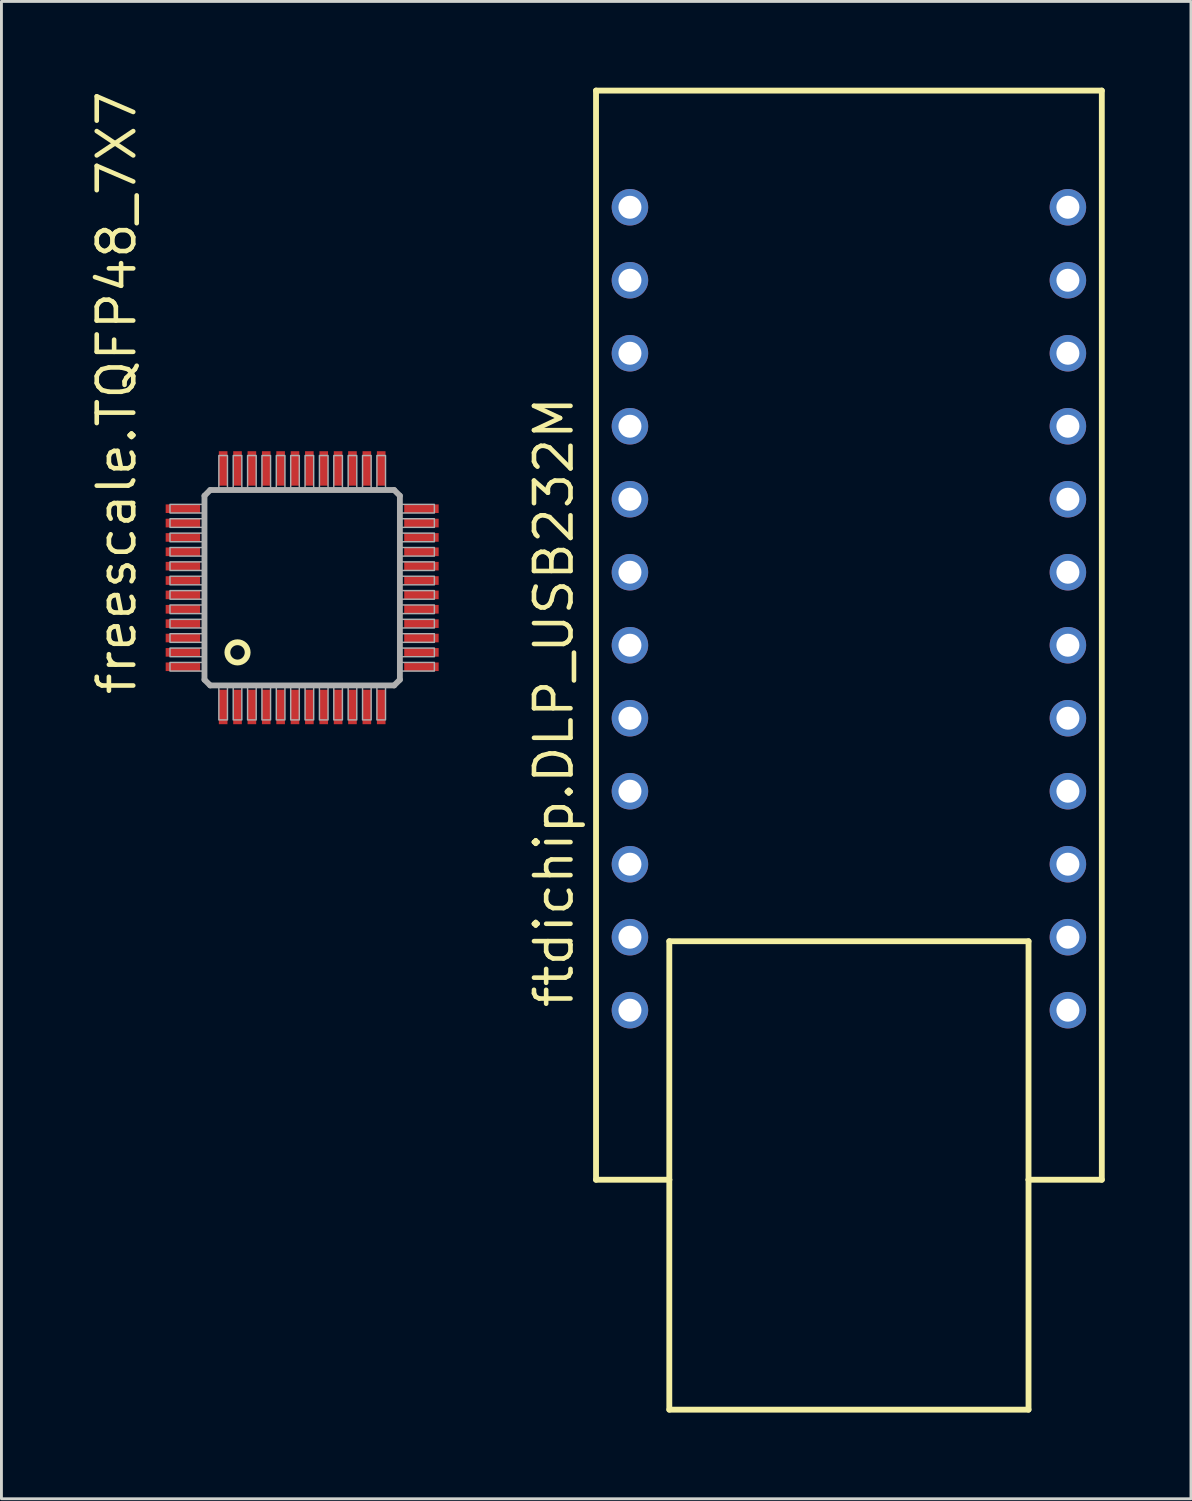
<source format=kicad_pcb>
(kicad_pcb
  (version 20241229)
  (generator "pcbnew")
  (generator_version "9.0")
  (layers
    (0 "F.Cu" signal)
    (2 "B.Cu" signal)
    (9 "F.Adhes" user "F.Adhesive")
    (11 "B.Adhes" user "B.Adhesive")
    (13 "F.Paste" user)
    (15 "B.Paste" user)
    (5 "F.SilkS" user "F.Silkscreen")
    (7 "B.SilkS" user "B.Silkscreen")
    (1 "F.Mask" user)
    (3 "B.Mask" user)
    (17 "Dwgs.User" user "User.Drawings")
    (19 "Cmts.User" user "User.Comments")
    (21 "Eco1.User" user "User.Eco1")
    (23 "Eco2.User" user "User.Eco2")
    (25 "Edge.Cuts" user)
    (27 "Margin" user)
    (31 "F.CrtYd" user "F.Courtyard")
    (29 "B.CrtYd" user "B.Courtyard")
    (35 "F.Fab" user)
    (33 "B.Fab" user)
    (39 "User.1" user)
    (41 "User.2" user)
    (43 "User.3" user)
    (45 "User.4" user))
  (footprint "ftdichip.DLP_USB232M"
    (layer "F.Cu")
    (at 26.49 32.102)
    (property "Reference" "ftdichip.DLP_USB232M" (at -9.525 0 90) (layer "F.SilkS") (effects (font (size 1.27 1.27) (thickness 0.16)) (justify left bottom)))
    (attr through_hole)
    (fp_line (start -8.8 -32) (end -8.8 5.9) (stroke (width 0.203) (type default)) (layer "F.SilkS"))
    (fp_line (start -8.8 5.9) (end -6.25 5.9) (stroke (width 0.203) (type default)) (layer "F.SilkS"))
    (fp_line (start -6.25 -2.4) (end -6.25 5.9) (stroke (width 0.203) (type default)) (layer "F.SilkS"))
    (fp_line (start -6.25 5.9) (end -6.25 13.9) (stroke (width 0.203) (type default)) (layer "F.SilkS"))
    (fp_line (start -6.25 13.9) (end 6.25 13.9) (stroke (width 0.203) (type default)) (layer "F.SilkS"))
    (fp_line (start 6.25 -2.4) (end -6.25 -2.4) (stroke (width 0.203) (type default)) (layer "F.SilkS"))
    (fp_line (start 6.25 5.9) (end 6.25 -2.4) (stroke (width 0.203) (type default)) (layer "F.SilkS"))
    (fp_line (start 6.25 5.9) (end 8.8 5.9) (stroke (width 0.203) (type default)) (layer "F.SilkS"))
    (fp_line (start 6.25 13.9) (end 6.25 5.9) (stroke (width 0.203) (type default)) (layer "F.SilkS"))
    (fp_line (start 8.8 -32) (end -8.8 -32) (stroke (width 0.203) (type default)) (layer "F.SilkS"))
    (fp_line (start 8.8 5.9) (end 8.8 -32) (stroke (width 0.203) (type default)) (layer "F.SilkS"))
    (pad "1" thru_hole circle (at -7.62 -27.94) (size 1.27 1.27) (drill 0.8) (layers "*.Cu" "*.Mask"))
    (pad "2" thru_hole circle (at -7.62 -25.4) (size 1.27 1.27) (drill 0.8) (layers "*.Cu" "*.Mask"))
    (pad "3" thru_hole circle (at -7.62 -22.86) (size 1.27 1.27) (drill 0.8) (layers "*.Cu" "*.Mask"))
    (pad "4" thru_hole circle (at -7.62 -20.32) (size 1.27 1.27) (drill 0.8) (layers "*.Cu" "*.Mask"))
    (pad "5" thru_hole circle (at -7.62 -17.78) (size 1.27 1.27) (drill 0.8) (layers "*.Cu" "*.Mask"))
    (pad "6" thru_hole circle (at -7.62 -15.24) (size 1.27 1.27) (drill 0.8) (layers "*.Cu" "*.Mask"))
    (pad "7" thru_hole circle (at -7.62 -12.7) (size 1.27 1.27) (drill 0.8) (layers "*.Cu" "*.Mask"))
    (pad "8" thru_hole circle (at -7.62 -10.16) (size 1.27 1.27) (drill 0.8) (layers "*.Cu" "*.Mask"))
    (pad "9" thru_hole circle (at -7.62 -7.62) (size 1.27 1.27) (drill 0.8) (layers "*.Cu" "*.Mask"))
    (pad "10" thru_hole circle (at -7.62 -5.08) (size 1.27 1.27) (drill 0.8) (layers "*.Cu" "*.Mask"))
    (pad "11" thru_hole circle (at -7.62 -2.54) (size 1.27 1.27) (drill 0.8) (layers "*.Cu" "*.Mask"))
    (pad "12" thru_hole circle (at -7.62 0) (size 1.27 1.27) (drill 0.8) (layers "*.Cu" "*.Mask"))
    (pad "13" thru_hole circle (at 7.62 0) (size 1.27 1.27) (drill 0.8) (layers "*.Cu" "*.Mask"))
    (pad "14" thru_hole circle (at 7.62 -2.54) (size 1.27 1.27) (drill 0.8) (layers "*.Cu" "*.Mask"))
    (pad "15" thru_hole circle (at 7.62 -5.08 180) (size 1.27 1.27) (drill 0.8) (layers "*.Cu" "*.Mask"))
    (pad "16" thru_hole circle (at 7.62 -7.62 180) (size 1.27 1.27) (drill 0.8) (layers "*.Cu" "*.Mask"))
    (pad "17" thru_hole circle (at 7.62 -10.16 180) (size 1.27 1.27) (drill 0.8) (layers "*.Cu" "*.Mask"))
    (pad "18" thru_hole circle (at 7.62 -12.7 180) (size 1.27 1.27) (drill 0.8) (layers "*.Cu" "*.Mask"))
    (pad "19" thru_hole circle (at 7.62 -15.24 180) (size 1.27 1.27) (drill 0.8) (layers "*.Cu" "*.Mask"))
    (pad "20" thru_hole circle (at 7.62 -17.78 180) (size 1.27 1.27) (drill 0.8) (layers "*.Cu" "*.Mask"))
    (pad "21" thru_hole circle (at 7.62 -20.32 180) (size 1.27 1.27) (drill 0.8) (layers "*.Cu" "*.Mask"))
    (pad "22" thru_hole circle (at 7.62 -22.86 180) (size 1.27 1.27) (drill 0.8) (layers "*.Cu" "*.Mask"))
    (pad "23" thru_hole circle (at 7.62 -25.4 180) (size 1.27 1.27) (drill 0.8) (layers "*.Cu" "*.Mask"))
    (pad "24" thru_hole circle (at 7.62 -27.94 180) (size 1.27 1.27) (drill 0.8) (layers "*.Cu" "*.Mask")))
  (footprint "freescale.TQFP48_7X7"
    (layer "F.Cu")
    (at 7.465 17.401)
    (property "Reference" "freescale.TQFP48_7X7" (at -5.715 3.81 90) (layer "F.SilkS") (effects (font (size 1.27 1.27) (thickness 0.16)) (justify left bottom)))
    (attr smd)
    (fp_circle (center -2.25 2.25) (end -1.897 2.25) (stroke (width 0.203) (type default)) (fill no) (layer "F.SilkS"))
    (fp_line (start -3.4 -3.2) (end -3.4 3.2) (stroke (width 0.203) (type default)) (layer "F.Fab"))
    (fp_line (start -3.4 3.2) (end -3.2 3.4) (stroke (width 0.203) (type default)) (layer "F.Fab"))
    (fp_line (start -3.2 -3.4) (end -3.4 -3.2) (stroke (width 0.203) (type default)) (layer "F.Fab"))
    (fp_line (start -3.2 3.4) (end 3.2 3.4) (stroke (width 0.203) (type default)) (layer "F.Fab"))
    (fp_line (start 3.2 -3.4) (end -3.2 -3.4) (stroke (width 0.203) (type default)) (layer "F.Fab"))
    (fp_line (start 3.2 3.4) (end 3.4 3.2) (stroke (width 0.203) (type default)) (layer "F.Fab"))
    (fp_line (start 3.4 -3.2) (end 3.2 -3.4) (stroke (width 0.203) (type default)) (layer "F.Fab"))
    (fp_line (start 3.4 3.2) (end 3.4 -3.2) (stroke (width 0.203) (type default)) (layer "F.Fab"))
    (fp_rect (start -4.6 -2.6) (end -3.45 -2.9) (stroke (width 0.05) (type default)) (fill no) (layer "F.Fab"))
    (fp_rect (start -4.6 -2.1) (end -3.45 -2.4) (stroke (width 0.05) (type default)) (fill no) (layer "F.Fab"))
    (fp_rect (start -4.6 -1.6) (end -3.45 -1.9) (stroke (width 0.05) (type default)) (fill no) (layer "F.Fab"))
    (fp_rect (start -4.6 -1.1) (end -3.45 -1.4) (stroke (width 0.05) (type default)) (fill no) (layer "F.Fab"))
    (fp_rect (start -4.6 -0.6) (end -3.45 -0.9) (stroke (width 0.05) (type default)) (fill no) (layer "F.Fab"))
    (fp_rect (start -4.6 -0.1) (end -3.45 -0.4) (stroke (width 0.05) (type default)) (fill no) (layer "F.Fab"))
    (fp_rect (start -4.6 0.4) (end -3.45 0.1) (stroke (width 0.05) (type default)) (fill no) (layer "F.Fab"))
    (fp_rect (start -4.6 0.9) (end -3.45 0.6) (stroke (width 0.05) (type default)) (fill no) (layer "F.Fab"))
    (fp_rect (start -4.6 1.4) (end -3.45 1.1) (stroke (width 0.05) (type default)) (fill no) (layer "F.Fab"))
    (fp_rect (start -4.6 1.9) (end -3.45 1.6) (stroke (width 0.05) (type default)) (fill no) (layer "F.Fab"))
    (fp_rect (start -4.6 2.4) (end -3.45 2.1) (stroke (width 0.05) (type default)) (fill no) (layer "F.Fab"))
    (fp_rect (start -4.6 2.9) (end -3.45 2.6) (stroke (width 0.05) (type default)) (fill no) (layer "F.Fab"))
    (fp_rect (start -2.9 -3.45) (end -2.6 -4.6) (stroke (width 0.05) (type default)) (fill no) (layer "F.Fab"))
    (fp_rect (start -2.9 4.6) (end -2.6 3.45) (stroke (width 0.05) (type default)) (fill no) (layer "F.Fab"))
    (fp_rect (start -2.4 -3.45) (end -2.1 -4.6) (stroke (width 0.05) (type default)) (fill no) (layer "F.Fab"))
    (fp_rect (start -2.4 4.6) (end -2.1 3.45) (stroke (width 0.05) (type default)) (fill no) (layer "F.Fab"))
    (fp_rect (start -1.9 -3.45) (end -1.6 -4.6) (stroke (width 0.05) (type default)) (fill no) (layer "F.Fab"))
    (fp_rect (start -1.9 4.6) (end -1.6 3.45) (stroke (width 0.05) (type default)) (fill no) (layer "F.Fab"))
    (fp_rect (start -1.4 -3.45) (end -1.1 -4.6) (stroke (width 0.05) (type default)) (fill no) (layer "F.Fab"))
    (fp_rect (start -1.4 4.6) (end -1.1 3.45) (stroke (width 0.05) (type default)) (fill no) (layer "F.Fab"))
    (fp_rect (start -0.9 -3.45) (end -0.6 -4.6) (stroke (width 0.05) (type default)) (fill no) (layer "F.Fab"))
    (fp_rect (start -0.9 4.6) (end -0.6 3.45) (stroke (width 0.05) (type default)) (fill no) (layer "F.Fab"))
    (fp_rect (start -0.4 -3.45) (end -0.1 -4.6) (stroke (width 0.05) (type default)) (fill no) (layer "F.Fab"))
    (fp_rect (start -0.4 4.6) (end -0.1 3.45) (stroke (width 0.05) (type default)) (fill no) (layer "F.Fab"))
    (fp_rect (start 0.1 -3.45) (end 0.4 -4.6) (stroke (width 0.05) (type default)) (fill no) (layer "F.Fab"))
    (fp_rect (start 0.1 4.6) (end 0.4 3.45) (stroke (width 0.05) (type default)) (fill no) (layer "F.Fab"))
    (fp_rect (start 0.6 -3.45) (end 0.9 -4.6) (stroke (width 0.05) (type default)) (fill no) (layer "F.Fab"))
    (fp_rect (start 0.6 4.6) (end 0.9 3.45) (stroke (width 0.05) (type default)) (fill no) (layer "F.Fab"))
    (fp_rect (start 1.1 -3.45) (end 1.4 -4.6) (stroke (width 0.05) (type default)) (fill no) (layer "F.Fab"))
    (fp_rect (start 1.1 4.6) (end 1.4 3.45) (stroke (width 0.05) (type default)) (fill no) (layer "F.Fab"))
    (fp_rect (start 1.6 -3.45) (end 1.9 -4.6) (stroke (width 0.05) (type default)) (fill no) (layer "F.Fab"))
    (fp_rect (start 1.6 4.6) (end 1.9 3.45) (stroke (width 0.05) (type default)) (fill no) (layer "F.Fab"))
    (fp_rect (start 2.1 -3.45) (end 2.4 -4.6) (stroke (width 0.05) (type default)) (fill no) (layer "F.Fab"))
    (fp_rect (start 2.1 4.6) (end 2.4 3.45) (stroke (width 0.05) (type default)) (fill no) (layer "F.Fab"))
    (fp_rect (start 2.6 -3.45) (end 2.9 -4.6) (stroke (width 0.05) (type default)) (fill no) (layer "F.Fab"))
    (fp_rect (start 2.6 4.6) (end 2.9 3.45) (stroke (width 0.05) (type default)) (fill no) (layer "F.Fab"))
    (fp_rect (start 3.45 -2.6) (end 4.6 -2.9) (stroke (width 0.05) (type default)) (fill no) (layer "F.Fab"))
    (fp_rect (start 3.45 -2.1) (end 4.6 -2.4) (stroke (width 0.05) (type default)) (fill no) (layer "F.Fab"))
    (fp_rect (start 3.45 -1.6) (end 4.6 -1.9) (stroke (width 0.05) (type default)) (fill no) (layer "F.Fab"))
    (fp_rect (start 3.45 -1.1) (end 4.6 -1.4) (stroke (width 0.05) (type default)) (fill no) (layer "F.Fab"))
    (fp_rect (start 3.45 -0.6) (end 4.6 -0.9) (stroke (width 0.05) (type default)) (fill no) (layer "F.Fab"))
    (fp_rect (start 3.45 -0.1) (end 4.6 -0.4) (stroke (width 0.05) (type default)) (fill no) (layer "F.Fab"))
    (fp_rect (start 3.45 0.4) (end 4.6 0.1) (stroke (width 0.05) (type default)) (fill no) (layer "F.Fab"))
    (fp_rect (start 3.45 0.9) (end 4.6 0.6) (stroke (width 0.05) (type default)) (fill no) (layer "F.Fab"))
    (fp_rect (start 3.45 1.4) (end 4.6 1.1) (stroke (width 0.05) (type default)) (fill no) (layer "F.Fab"))
    (fp_rect (start 3.45 1.9) (end 4.6 1.6) (stroke (width 0.05) (type default)) (fill no) (layer "F.Fab"))
    (fp_rect (start 3.45 2.4) (end 4.6 2.1) (stroke (width 0.05) (type default)) (fill no) (layer "F.Fab"))
    (fp_rect (start 3.45 2.9) (end 4.6 2.6) (stroke (width 0.05) (type default)) (fill no) (layer "F.Fab"))
    (pad "1" smd roundrect (at -2.75 4.15) (size 0.3 1.2) (layers "F.Cu" "F.Mask" "F.Paste") (roundrect_rratio 0.01))
    (pad "2" smd roundrect (at -2.25 4.15) (size 0.3 1.2) (layers "F.Cu" "F.Mask" "F.Paste") (roundrect_rratio 0.01))
    (pad "3" smd roundrect (at -1.75 4.15) (size 0.3 1.2) (layers "F.Cu" "F.Mask" "F.Paste") (roundrect_rratio 0.01))
    (pad "4" smd roundrect (at -1.25 4.15) (size 0.3 1.2) (layers "F.Cu" "F.Mask" "F.Paste") (roundrect_rratio 0.01))
    (pad "5" smd roundrect (at -0.75 4.15) (size 0.3 1.2) (layers "F.Cu" "F.Mask" "F.Paste") (roundrect_rratio 0.01))
    (pad "6" smd roundrect (at -0.25 4.15) (size 0.3 1.2) (layers "F.Cu" "F.Mask" "F.Paste") (roundrect_rratio 0.01))
    (pad "7" smd roundrect (at 0.25 4.15) (size 0.3 1.2) (layers "F.Cu" "F.Mask" "F.Paste") (roundrect_rratio 0.01))
    (pad "8" smd roundrect (at 0.75 4.15) (size 0.3 1.2) (layers "F.Cu" "F.Mask" "F.Paste") (roundrect_rratio 0.01))
    (pad "9" smd roundrect (at 1.25 4.15) (size 0.3 1.2) (layers "F.Cu" "F.Mask" "F.Paste") (roundrect_rratio 0.01))
    (pad "10" smd roundrect (at 1.75 4.15) (size 0.3 1.2) (layers "F.Cu" "F.Mask" "F.Paste") (roundrect_rratio 0.01))
    (pad "11" smd roundrect (at 2.25 4.15) (size 0.3 1.2) (layers "F.Cu" "F.Mask" "F.Paste") (roundrect_rratio 0.01))
    (pad "12" smd roundrect (at 2.75 4.15) (size 0.3 1.2) (layers "F.Cu" "F.Mask" "F.Paste") (roundrect_rratio 0.01))
    (pad "13" smd roundrect (at 4.15 2.75) (size 1.2 0.3) (layers "F.Cu" "F.Mask" "F.Paste") (roundrect_rratio 0.01))
    (pad "14" smd roundrect (at 4.15 2.25) (size 1.2 0.3) (layers "F.Cu" "F.Mask" "F.Paste") (roundrect_rratio 0.01))
    (pad "15" smd roundrect (at 4.15 1.75) (size 1.2 0.3) (layers "F.Cu" "F.Mask" "F.Paste") (roundrect_rratio 0.01))
    (pad "16" smd roundrect (at 4.15 1.25) (size 1.2 0.3) (layers "F.Cu" "F.Mask" "F.Paste") (roundrect_rratio 0.01))
    (pad "17" smd roundrect (at 4.15 0.75) (size 1.2 0.3) (layers "F.Cu" "F.Mask" "F.Paste") (roundrect_rratio 0.01))
    (pad "18" smd roundrect (at 4.15 0.25) (size 1.2 0.3) (layers "F.Cu" "F.Mask" "F.Paste") (roundrect_rratio 0.01))
    (pad "19" smd roundrect (at 4.15 -0.25) (size 1.2 0.3) (layers "F.Cu" "F.Mask" "F.Paste") (roundrect_rratio 0.01))
    (pad "20" smd roundrect (at 4.15 -0.75) (size 1.2 0.3) (layers "F.Cu" "F.Mask" "F.Paste") (roundrect_rratio 0.01))
    (pad "21" smd roundrect (at 4.15 -1.25) (size 1.2 0.3) (layers "F.Cu" "F.Mask" "F.Paste") (roundrect_rratio 0.01))
    (pad "22" smd roundrect (at 4.15 -1.75) (size 1.2 0.3) (layers "F.Cu" "F.Mask" "F.Paste") (roundrect_rratio 0.01))
    (pad "23" smd roundrect (at 4.15 -2.25) (size 1.2 0.3) (layers "F.Cu" "F.Mask" "F.Paste") (roundrect_rratio 0.01))
    (pad "24" smd roundrect (at 4.15 -2.75) (size 1.2 0.3) (layers "F.Cu" "F.Mask" "F.Paste") (roundrect_rratio 0.01))
    (pad "25" smd roundrect (at 2.75 -4.15) (size 0.3 1.2) (layers "F.Cu" "F.Mask" "F.Paste") (roundrect_rratio 0.01))
    (pad "26" smd roundrect (at 2.25 -4.15) (size 0.3 1.2) (layers "F.Cu" "F.Mask" "F.Paste") (roundrect_rratio 0.01))
    (pad "27" smd roundrect (at 1.75 -4.15) (size 0.3 1.2) (layers "F.Cu" "F.Mask" "F.Paste") (roundrect_rratio 0.01))
    (pad "28" smd roundrect (at 1.25 -4.15) (size 0.3 1.2) (layers "F.Cu" "F.Mask" "F.Paste") (roundrect_rratio 0.01))
    (pad "29" smd roundrect (at 0.75 -4.15) (size 0.3 1.2) (layers "F.Cu" "F.Mask" "F.Paste") (roundrect_rratio 0.01))
    (pad "30" smd roundrect (at 0.25 -4.15) (size 0.3 1.2) (layers "F.Cu" "F.Mask" "F.Paste") (roundrect_rratio 0.01))
    (pad "31" smd roundrect (at -0.25 -4.15) (size 0.3 1.2) (layers "F.Cu" "F.Mask" "F.Paste") (roundrect_rratio 0.01))
    (pad "32" smd roundrect (at -0.75 -4.15) (size 0.3 1.2) (layers "F.Cu" "F.Mask" "F.Paste") (roundrect_rratio 0.01))
    (pad "33" smd roundrect (at -1.25 -4.15) (size 0.3 1.2) (layers "F.Cu" "F.Mask" "F.Paste") (roundrect_rratio 0.01))
    (pad "34" smd roundrect (at -1.75 -4.15) (size 0.3 1.2) (layers "F.Cu" "F.Mask" "F.Paste") (roundrect_rratio 0.01))
    (pad "35" smd roundrect (at -2.25 -4.15) (size 0.3 1.2) (layers "F.Cu" "F.Mask" "F.Paste") (roundrect_rratio 0.01))
    (pad "36" smd roundrect (at -2.75 -4.15) (size 0.3 1.2) (layers "F.Cu" "F.Mask" "F.Paste") (roundrect_rratio 0.01))
    (pad "37" smd roundrect (at -4.15 -2.75) (size 1.2 0.3) (layers "F.Cu" "F.Mask" "F.Paste") (roundrect_rratio 0.01))
    (pad "38" smd roundrect (at -4.15 -2.25) (size 1.2 0.3) (layers "F.Cu" "F.Mask" "F.Paste") (roundrect_rratio 0.01))
    (pad "39" smd roundrect (at -4.15 -1.75) (size 1.2 0.3) (layers "F.Cu" "F.Mask" "F.Paste") (roundrect_rratio 0.01))
    (pad "40" smd roundrect (at -4.15 -1.25) (size 1.2 0.3) (layers "F.Cu" "F.Mask" "F.Paste") (roundrect_rratio 0.01))
    (pad "41" smd roundrect (at -4.15 -0.75) (size 1.2 0.3) (layers "F.Cu" "F.Mask" "F.Paste") (roundrect_rratio 0.01))
    (pad "42" smd roundrect (at -4.15 -0.25) (size 1.2 0.3) (layers "F.Cu" "F.Mask" "F.Paste") (roundrect_rratio 0.01))
    (pad "43" smd roundrect (at -4.15 0.25) (size 1.2 0.3) (layers "F.Cu" "F.Mask" "F.Paste") (roundrect_rratio 0.01))
    (pad "44" smd roundrect (at -4.15 0.75) (size 1.2 0.3) (layers "F.Cu" "F.Mask" "F.Paste") (roundrect_rratio 0.01))
    (pad "45" smd roundrect (at -4.15 1.25) (size 1.2 0.3) (layers "F.Cu" "F.Mask" "F.Paste") (roundrect_rratio 0.01))
    (pad "46" smd roundrect (at -4.15 1.75) (size 1.2 0.3) (layers "F.Cu" "F.Mask" "F.Paste") (roundrect_rratio 0.01))
    (pad "47" smd roundrect (at -4.15 2.25) (size 1.2 0.3) (layers "F.Cu" "F.Mask" "F.Paste") (roundrect_rratio 0.01))
    (pad "48" smd roundrect (at -4.15 2.75) (size 1.2 0.3) (layers "F.Cu" "F.Mask" "F.Paste") (roundrect_rratio 0.01)))
  (gr_rect
    (start -3 -3)
    (end 38.392 49.103)
    (stroke (width 0.1) (type default))
    (fill no)
    (layer "Edge.Cuts")))
</source>
